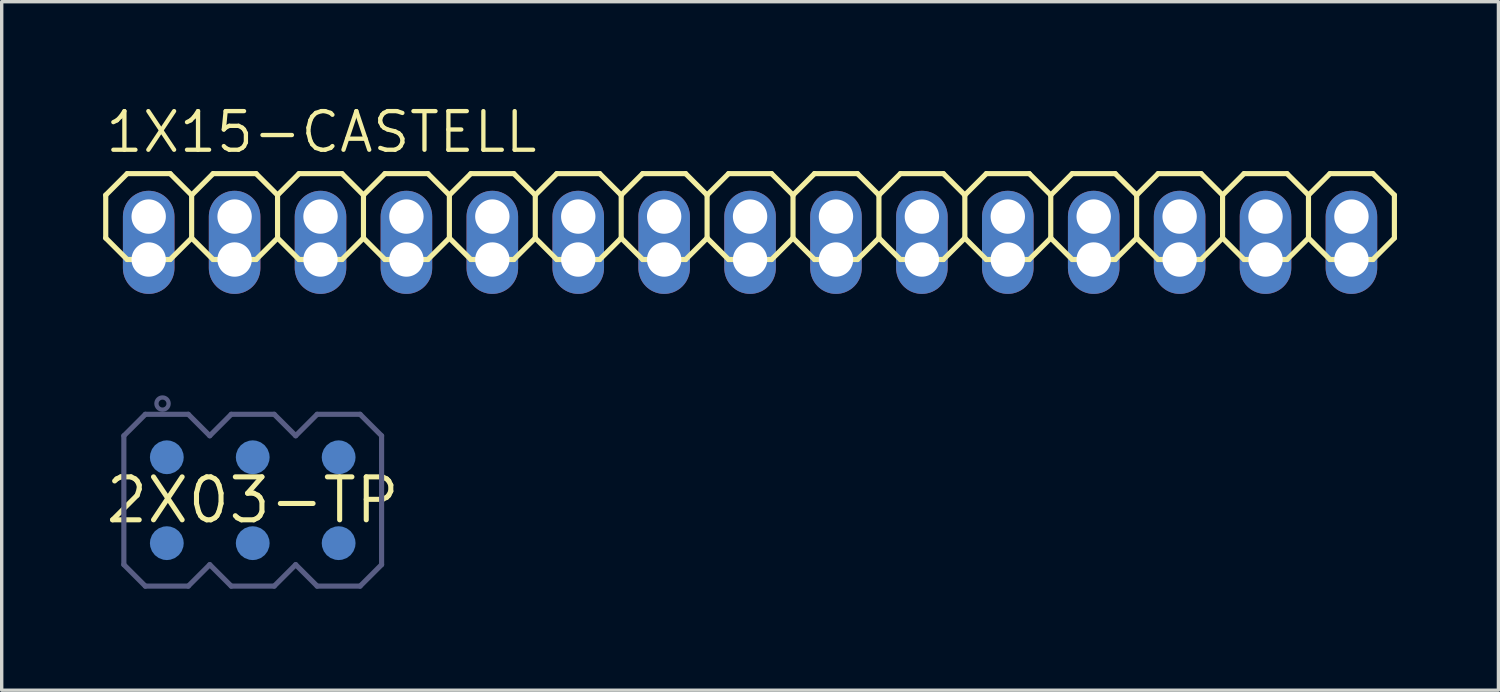
<source format=kicad_pcb>
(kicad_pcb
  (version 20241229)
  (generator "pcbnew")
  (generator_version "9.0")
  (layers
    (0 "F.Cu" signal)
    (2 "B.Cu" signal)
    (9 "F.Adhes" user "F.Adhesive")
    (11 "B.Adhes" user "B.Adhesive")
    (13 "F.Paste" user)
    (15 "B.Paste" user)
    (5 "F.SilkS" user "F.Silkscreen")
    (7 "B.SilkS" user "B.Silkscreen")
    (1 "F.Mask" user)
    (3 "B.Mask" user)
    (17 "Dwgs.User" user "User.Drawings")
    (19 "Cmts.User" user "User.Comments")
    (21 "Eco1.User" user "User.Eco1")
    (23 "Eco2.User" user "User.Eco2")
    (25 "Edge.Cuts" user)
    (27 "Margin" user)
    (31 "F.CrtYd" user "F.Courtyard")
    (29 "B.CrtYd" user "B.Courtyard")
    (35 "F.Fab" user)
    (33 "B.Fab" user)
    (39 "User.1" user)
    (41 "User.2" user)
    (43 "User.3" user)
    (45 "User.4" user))
  (footprint "1X15-CASTELL"
    (layer "F.Cu")
    (at 19.126 3.353)
    (property "Reference" "1X15-CASTELL" (at -19.126 -1.829 0) (layer "F.SilkS") (effects (font (size 1.143 1.143) (thickness 0.127)) (justify left bottom)))
    (fp_line (start -19.05 -0.635) (end -19.05 0.635) (stroke (width 0.152) (type solid)) (layer "F.SilkS"))
    (fp_line (start -19.05 0.635) (end -18.415 1.27) (stroke (width 0.152) (type solid)) (layer "F.SilkS"))
    (fp_line (start -18.415 -1.27) (end -19.05 -0.635) (stroke (width 0.152) (type solid)) (layer "F.SilkS"))
    (fp_line (start -18.415 -1.27) (end -17.145 -1.27) (stroke (width 0.152) (type solid)) (layer "F.SilkS"))
    (fp_line (start -17.145 -1.27) (end -16.51 -0.635) (stroke (width 0.152) (type solid)) (layer "F.SilkS"))
    (fp_line (start -17.145 1.27) (end -18.415 1.27) (stroke (width 0.152) (type solid)) (layer "F.SilkS"))
    (fp_line (start -16.51 -0.635) (end -16.51 0.635) (stroke (width 0.152) (type solid)) (layer "F.SilkS"))
    (fp_line (start -16.51 -0.635) (end -15.875 -1.27) (stroke (width 0.152) (type solid)) (layer "F.SilkS"))
    (fp_line (start -16.51 0.635) (end -17.145 1.27) (stroke (width 0.152) (type solid)) (layer "F.SilkS"))
    (fp_line (start -15.875 -1.27) (end -14.605 -1.27) (stroke (width 0.152) (type solid)) (layer "F.SilkS"))
    (fp_line (start -15.875 1.27) (end -16.51 0.635) (stroke (width 0.152) (type solid)) (layer "F.SilkS"))
    (fp_line (start -14.605 -1.27) (end -13.97 -0.635) (stroke (width 0.152) (type solid)) (layer "F.SilkS"))
    (fp_line (start -14.605 1.27) (end -15.875 1.27) (stroke (width 0.152) (type solid)) (layer "F.SilkS"))
    (fp_line (start -13.97 -0.635) (end -13.97 0.635) (stroke (width 0.152) (type solid)) (layer "F.SilkS"))
    (fp_line (start -13.97 -0.635) (end -13.335 -1.27) (stroke (width 0.152) (type solid)) (layer "F.SilkS"))
    (fp_line (start -13.97 0.635) (end -14.605 1.27) (stroke (width 0.152) (type solid)) (layer "F.SilkS"))
    (fp_line (start -13.335 -1.27) (end -12.065 -1.27) (stroke (width 0.152) (type solid)) (layer "F.SilkS"))
    (fp_line (start -13.335 1.27) (end -13.97 0.635) (stroke (width 0.152) (type solid)) (layer "F.SilkS"))
    (fp_line (start -12.065 -1.27) (end -11.43 -0.635) (stroke (width 0.152) (type solid)) (layer "F.SilkS"))
    (fp_line (start -12.065 1.27) (end -13.335 1.27) (stroke (width 0.152) (type solid)) (layer "F.SilkS"))
    (fp_line (start -11.43 -0.635) (end -11.43 0.635) (stroke (width 0.152) (type solid)) (layer "F.SilkS"))
    (fp_line (start -11.43 0.635) (end -12.065 1.27) (stroke (width 0.152) (type solid)) (layer "F.SilkS"))
    (fp_line (start -11.43 0.635) (end -10.795 1.27) (stroke (width 0.152) (type solid)) (layer "F.SilkS"))
    (fp_line (start -10.795 -1.27) (end -11.43 -0.635) (stroke (width 0.152) (type solid)) (layer "F.SilkS"))
    (fp_line (start -10.795 -1.27) (end -9.525 -1.27) (stroke (width 0.152) (type solid)) (layer "F.SilkS"))
    (fp_line (start -9.525 -1.27) (end -8.89 -0.635) (stroke (width 0.152) (type solid)) (layer "F.SilkS"))
    (fp_line (start -9.525 1.27) (end -10.795 1.27) (stroke (width 0.152) (type solid)) (layer "F.SilkS"))
    (fp_line (start -8.89 -0.635) (end -8.89 0.635) (stroke (width 0.152) (type solid)) (layer "F.SilkS"))
    (fp_line (start -8.89 -0.635) (end -8.255 -1.27) (stroke (width 0.152) (type solid)) (layer "F.SilkS"))
    (fp_line (start -8.89 0.635) (end -9.525 1.27) (stroke (width 0.152) (type solid)) (layer "F.SilkS"))
    (fp_line (start -8.255 -1.27) (end -6.985 -1.27) (stroke (width 0.152) (type solid)) (layer "F.SilkS"))
    (fp_line (start -8.255 1.27) (end -8.89 0.635) (stroke (width 0.152) (type solid)) (layer "F.SilkS"))
    (fp_line (start -6.985 -1.27) (end -6.35 -0.635) (stroke (width 0.152) (type solid)) (layer "F.SilkS"))
    (fp_line (start -6.985 1.27) (end -8.255 1.27) (stroke (width 0.152) (type solid)) (layer "F.SilkS"))
    (fp_line (start -6.35 -0.635) (end -6.35 0.635) (stroke (width 0.152) (type solid)) (layer "F.SilkS"))
    (fp_line (start -6.35 -0.635) (end -5.715 -1.27) (stroke (width 0.152) (type solid)) (layer "F.SilkS"))
    (fp_line (start -6.35 0.635) (end -6.985 1.27) (stroke (width 0.152) (type solid)) (layer "F.SilkS"))
    (fp_line (start -5.715 -1.27) (end -4.445 -1.27) (stroke (width 0.152) (type solid)) (layer "F.SilkS"))
    (fp_line (start -5.715 1.27) (end -6.35 0.635) (stroke (width 0.152) (type solid)) (layer "F.SilkS"))
    (fp_line (start -4.445 -1.27) (end -3.81 -0.635) (stroke (width 0.152) (type solid)) (layer "F.SilkS"))
    (fp_line (start -4.445 1.27) (end -5.715 1.27) (stroke (width 0.152) (type solid)) (layer "F.SilkS"))
    (fp_line (start -3.81 -0.635) (end -3.81 0.635) (stroke (width 0.152) (type solid)) (layer "F.SilkS"))
    (fp_line (start -3.81 0.635) (end -4.445 1.27) (stroke (width 0.152) (type solid)) (layer "F.SilkS"))
    (fp_line (start -3.81 0.635) (end -3.175 1.27) (stroke (width 0.152) (type solid)) (layer "F.SilkS"))
    (fp_line (start -3.175 -1.27) (end -3.81 -0.635) (stroke (width 0.152) (type solid)) (layer "F.SilkS"))
    (fp_line (start -3.175 -1.27) (end -1.905 -1.27) (stroke (width 0.152) (type solid)) (layer "F.SilkS"))
    (fp_line (start -1.905 -1.27) (end -1.27 -0.635) (stroke (width 0.152) (type solid)) (layer "F.SilkS"))
    (fp_line (start -1.905 1.27) (end -3.175 1.27) (stroke (width 0.152) (type solid)) (layer "F.SilkS"))
    (fp_line (start -1.27 -0.635) (end -1.27 0.635) (stroke (width 0.152) (type solid)) (layer "F.SilkS"))
    (fp_line (start -1.27 -0.635) (end -0.635 -1.27) (stroke (width 0.152) (type solid)) (layer "F.SilkS"))
    (fp_line (start -1.27 0.635) (end -1.905 1.27) (stroke (width 0.152) (type solid)) (layer "F.SilkS"))
    (fp_line (start -0.635 -1.27) (end 0.635 -1.27) (stroke (width 0.152) (type solid)) (layer "F.SilkS"))
    (fp_line (start -0.635 1.27) (end -1.27 0.635) (stroke (width 0.152) (type solid)) (layer "F.SilkS"))
    (fp_line (start 0.635 -1.27) (end 1.27 -0.635) (stroke (width 0.152) (type solid)) (layer "F.SilkS"))
    (fp_line (start 0.635 1.27) (end -0.635 1.27) (stroke (width 0.152) (type solid)) (layer "F.SilkS"))
    (fp_line (start 1.27 -0.635) (end 1.27 0.635) (stroke (width 0.152) (type solid)) (layer "F.SilkS"))
    (fp_line (start 1.27 -0.635) (end 1.905 -1.27) (stroke (width 0.152) (type solid)) (layer "F.SilkS"))
    (fp_line (start 1.27 0.635) (end 0.635 1.27) (stroke (width 0.152) (type solid)) (layer "F.SilkS"))
    (fp_line (start 1.905 -1.27) (end 3.175 -1.27) (stroke (width 0.152) (type solid)) (layer "F.SilkS"))
    (fp_line (start 1.905 1.27) (end 1.27 0.635) (stroke (width 0.152) (type solid)) (layer "F.SilkS"))
    (fp_line (start 3.175 -1.27) (end 3.81 -0.635) (stroke (width 0.152) (type solid)) (layer "F.SilkS"))
    (fp_line (start 3.175 1.27) (end 1.905 1.27) (stroke (width 0.152) (type solid)) (layer "F.SilkS"))
    (fp_line (start 3.81 -0.635) (end 3.81 0.635) (stroke (width 0.152) (type solid)) (layer "F.SilkS"))
    (fp_line (start 3.81 0.635) (end 3.175 1.27) (stroke (width 0.152) (type solid)) (layer "F.SilkS"))
    (fp_line (start 3.81 0.635) (end 4.445 1.27) (stroke (width 0.152) (type solid)) (layer "F.SilkS"))
    (fp_line (start 4.445 -1.27) (end 3.81 -0.635) (stroke (width 0.152) (type solid)) (layer "F.SilkS"))
    (fp_line (start 4.445 -1.27) (end 5.715 -1.27) (stroke (width 0.152) (type solid)) (layer "F.SilkS"))
    (fp_line (start 5.715 -1.27) (end 6.35 -0.635) (stroke (width 0.152) (type solid)) (layer "F.SilkS"))
    (fp_line (start 5.715 1.27) (end 4.445 1.27) (stroke (width 0.152) (type solid)) (layer "F.SilkS"))
    (fp_line (start 6.35 -0.635) (end 6.35 0.635) (stroke (width 0.152) (type solid)) (layer "F.SilkS"))
    (fp_line (start 6.35 -0.635) (end 6.985 -1.27) (stroke (width 0.152) (type solid)) (layer "F.SilkS"))
    (fp_line (start 6.35 0.635) (end 5.715 1.27) (stroke (width 0.152) (type solid)) (layer "F.SilkS"))
    (fp_line (start 6.985 -1.27) (end 8.255 -1.27) (stroke (width 0.152) (type solid)) (layer "F.SilkS"))
    (fp_line (start 6.985 1.27) (end 6.35 0.635) (stroke (width 0.152) (type solid)) (layer "F.SilkS"))
    (fp_line (start 8.255 -1.27) (end 8.89 -0.635) (stroke (width 0.152) (type solid)) (layer "F.SilkS"))
    (fp_line (start 8.255 1.27) (end 6.985 1.27) (stroke (width 0.152) (type solid)) (layer "F.SilkS"))
    (fp_line (start 8.89 -0.635) (end 8.89 0.635) (stroke (width 0.152) (type solid)) (layer "F.SilkS"))
    (fp_line (start 8.89 -0.635) (end 9.525 -1.27) (stroke (width 0.152) (type solid)) (layer "F.SilkS"))
    (fp_line (start 8.89 0.635) (end 8.255 1.27) (stroke (width 0.152) (type solid)) (layer "F.SilkS"))
    (fp_line (start 9.525 -1.27) (end 10.795 -1.27) (stroke (width 0.152) (type solid)) (layer "F.SilkS"))
    (fp_line (start 9.525 1.27) (end 8.89 0.635) (stroke (width 0.152) (type solid)) (layer "F.SilkS"))
    (fp_line (start 10.795 -1.27) (end 11.43 -0.635) (stroke (width 0.152) (type solid)) (layer "F.SilkS"))
    (fp_line (start 10.795 1.27) (end 9.525 1.27) (stroke (width 0.152) (type solid)) (layer "F.SilkS"))
    (fp_line (start 11.43 -0.635) (end 11.43 0.635) (stroke (width 0.152) (type solid)) (layer "F.SilkS"))
    (fp_line (start 11.43 0.635) (end 10.795 1.27) (stroke (width 0.152) (type solid)) (layer "F.SilkS"))
    (fp_line (start 11.43 0.635) (end 12.065 1.27) (stroke (width 0.152) (type solid)) (layer "F.SilkS"))
    (fp_line (start 12.065 -1.27) (end 11.43 -0.635) (stroke (width 0.152) (type solid)) (layer "F.SilkS"))
    (fp_line (start 12.065 -1.27) (end 13.335 -1.27) (stroke (width 0.152) (type solid)) (layer "F.SilkS"))
    (fp_line (start 13.335 -1.27) (end 13.97 -0.635) (stroke (width 0.152) (type solid)) (layer "F.SilkS"))
    (fp_line (start 13.335 1.27) (end 12.065 1.27) (stroke (width 0.152) (type solid)) (layer "F.SilkS"))
    (fp_line (start 13.97 -0.635) (end 13.97 0.635) (stroke (width 0.152) (type solid)) (layer "F.SilkS"))
    (fp_line (start 13.97 -0.635) (end 14.605 -1.27) (stroke (width 0.152) (type solid)) (layer "F.SilkS"))
    (fp_line (start 13.97 0.635) (end 13.335 1.27) (stroke (width 0.152) (type solid)) (layer "F.SilkS"))
    (fp_line (start 14.605 -1.27) (end 15.875 -1.27) (stroke (width 0.152) (type solid)) (layer "F.SilkS"))
    (fp_line (start 14.605 1.27) (end 13.97 0.635) (stroke (width 0.152) (type solid)) (layer "F.SilkS"))
    (fp_line (start 15.875 -1.27) (end 16.51 -0.635) (stroke (width 0.152) (type solid)) (layer "F.SilkS"))
    (fp_line (start 15.875 1.27) (end 14.605 1.27) (stroke (width 0.152) (type solid)) (layer "F.SilkS"))
    (fp_line (start 16.51 -0.635) (end 16.51 0.635) (stroke (width 0.152) (type solid)) (layer "F.SilkS"))
    (fp_line (start 16.51 -0.635) (end 17.145 -1.27) (stroke (width 0.152) (type solid)) (layer "F.SilkS"))
    (fp_line (start 16.51 0.635) (end 15.875 1.27) (stroke (width 0.152) (type solid)) (layer "F.SilkS"))
    (fp_line (start 17.145 -1.27) (end 18.415 -1.27) (stroke (width 0.152) (type solid)) (layer "F.SilkS"))
    (fp_line (start 17.145 1.27) (end 16.51 0.635) (stroke (width 0.152) (type solid)) (layer "F.SilkS"))
    (fp_line (start 18.415 -1.27) (end 19.05 -0.635) (stroke (width 0.152) (type solid)) (layer "F.SilkS"))
    (fp_line (start 18.415 1.27) (end 17.145 1.27) (stroke (width 0.152) (type solid)) (layer "F.SilkS"))
    (fp_line (start 19.05 -0.635) (end 19.05 0.635) (stroke (width 0.152) (type solid)) (layer "F.SilkS"))
    (fp_line (start 19.05 0.635) (end 18.415 1.27) (stroke (width 0.152) (type solid)) (layer "F.SilkS"))
    (fp_poly (pts (xy -18.034 0.254) (xy -17.526 0.254) (xy -17.526 -0.254) (xy -18.034 -0.254)) (stroke (width 0.1) (type default)) (fill no) (layer "F.Fab"))
    (fp_poly (pts (xy -15.494 0.254) (xy -14.986 0.254) (xy -14.986 -0.254) (xy -15.494 -0.254)) (stroke (width 0.1) (type default)) (fill no) (layer "F.Fab"))
    (fp_poly (pts (xy -12.954 0.254) (xy -12.446 0.254) (xy -12.446 -0.254) (xy -12.954 -0.254)) (stroke (width 0.1) (type default)) (fill no) (layer "F.Fab"))
    (fp_poly (pts (xy -10.414 0.254) (xy -9.906 0.254) (xy -9.906 -0.254) (xy -10.414 -0.254)) (stroke (width 0.1) (type default)) (fill no) (layer "F.Fab"))
    (fp_poly (pts (xy -7.874 0.254) (xy -7.366 0.254) (xy -7.366 -0.254) (xy -7.874 -0.254)) (stroke (width 0.1) (type default)) (fill no) (layer "F.Fab"))
    (fp_poly (pts (xy -5.334 0.254) (xy -4.826 0.254) (xy -4.826 -0.254) (xy -5.334 -0.254)) (stroke (width 0.1) (type default)) (fill no) (layer "F.Fab"))
    (fp_poly (pts (xy -2.794 0.254) (xy -2.286 0.254) (xy -2.286 -0.254) (xy -2.794 -0.254)) (stroke (width 0.1) (type default)) (fill no) (layer "F.Fab"))
    (fp_poly (pts (xy -0.254 0.254) (xy 0.254 0.254) (xy 0.254 -0.254) (xy -0.254 -0.254)) (stroke (width 0.1) (type default)) (fill no) (layer "F.Fab"))
    (fp_poly (pts (xy 2.286 0.254) (xy 2.794 0.254) (xy 2.794 -0.254) (xy 2.286 -0.254)) (stroke (width 0.1) (type default)) (fill no) (layer "F.Fab"))
    (fp_poly (pts (xy 4.826 0.254) (xy 5.334 0.254) (xy 5.334 -0.254) (xy 4.826 -0.254)) (stroke (width 0.1) (type default)) (fill no) (layer "F.Fab"))
    (fp_poly (pts (xy 7.366 0.254) (xy 7.874 0.254) (xy 7.874 -0.254) (xy 7.366 -0.254)) (stroke (width 0.1) (type default)) (fill no) (layer "F.Fab"))
    (fp_poly (pts (xy 9.906 0.254) (xy 10.414 0.254) (xy 10.414 -0.254) (xy 9.906 -0.254)) (stroke (width 0.1) (type default)) (fill no) (layer "F.Fab"))
    (fp_poly (pts (xy 12.446 0.254) (xy 12.954 0.254) (xy 12.954 -0.254) (xy 12.446 -0.254)) (stroke (width 0.1) (type default)) (fill no) (layer "F.Fab"))
    (fp_poly (pts (xy 14.986 0.254) (xy 15.494 0.254) (xy 15.494 -0.254) (xy 14.986 -0.254)) (stroke (width 0.1) (type default)) (fill no) (layer "F.Fab"))
    (fp_poly (pts (xy 17.526 0.254) (xy 18.034 0.254) (xy 18.034 -0.254) (xy 17.526 -0.254)) (stroke (width 0.1) (type default)) (fill no) (layer "F.Fab"))
    (pad "" np_thru_hole circle (at -17.78 1.27) (size 1.016 1.016) (drill 1.016) (layers "*.Cu" "*.Mask"))
    (pad "" np_thru_hole circle (at -15.24 1.27) (size 1.016 1.016) (drill 1.016) (layers "*.Cu" "*.Mask"))
    (pad "" np_thru_hole circle (at -12.7 1.27) (size 1.016 1.016) (drill 1.016) (layers "*.Cu" "*.Mask"))
    (pad "" np_thru_hole circle (at -10.16 1.27) (size 1.016 1.016) (drill 1.016) (layers "*.Cu" "*.Mask"))
    (pad "" np_thru_hole circle (at -7.62 1.27) (size 1.016 1.016) (drill 1.016) (layers "*.Cu" "*.Mask"))
    (pad "" np_thru_hole circle (at -5.08 1.27) (size 1.016 1.016) (drill 1.016) (layers "*.Cu" "*.Mask"))
    (pad "" np_thru_hole circle (at -2.54 1.27) (size 1.016 1.016) (drill 1.016) (layers "*.Cu" "*.Mask"))
    (pad "" np_thru_hole circle (at 0 1.27) (size 1.016 1.016) (drill 1.016) (layers "*.Cu" "*.Mask"))
    (pad "" np_thru_hole circle (at 2.54 1.27) (size 1.016 1.016) (drill 1.016) (layers "*.Cu" "*.Mask"))
    (pad "" np_thru_hole circle (at 5.08 1.27) (size 1.016 1.016) (drill 1.016) (layers "*.Cu" "*.Mask"))
    (pad "" np_thru_hole circle (at 7.62 1.27) (size 1.016 1.016) (drill 1.016) (layers "*.Cu" "*.Mask"))
    (pad "" np_thru_hole circle (at 10.16 1.27) (size 1.016 1.016) (drill 1.016) (layers "*.Cu" "*.Mask"))
    (pad "" np_thru_hole circle (at 12.7 1.27) (size 1.016 1.016) (drill 1.016) (layers "*.Cu" "*.Mask"))
    (pad "" np_thru_hole circle (at 15.24 1.27) (size 1.016 1.016) (drill 1.016) (layers "*.Cu" "*.Mask"))
    (pad "" np_thru_hole circle (at 17.78 1.27) (size 1.016 1.016) (drill 1.016) (layers "*.Cu" "*.Mask"))
    (pad "1" thru_hole oval (at -17.78 0 270) (size 3.048 1.524) (drill 1.016 (offset 0.762 0)) (layers "*.Cu" "*.Mask"))
    (pad "2" thru_hole oval (at -15.24 0 270) (size 3.048 1.524) (drill 1.016 (offset 0.762 0)) (layers "*.Cu" "*.Mask"))
    (pad "3" thru_hole oval (at -12.7 0 270) (size 3.048 1.524) (drill 1.016 (offset 0.762 0)) (layers "*.Cu" "*.Mask"))
    (pad "4" thru_hole oval (at -10.16 0 270) (size 3.048 1.524) (drill 1.016 (offset 0.762 0)) (layers "*.Cu" "*.Mask"))
    (pad "5" thru_hole oval (at -7.62 0 270) (size 3.048 1.524) (drill 1.016 (offset 0.762 0)) (layers "*.Cu" "*.Mask"))
    (pad "6" thru_hole oval (at -5.08 0 270) (size 3.048 1.524) (drill 1.016 (offset 0.762 0)) (layers "*.Cu" "*.Mask"))
    (pad "7" thru_hole oval (at -2.54 0 270) (size 3.048 1.524) (drill 1.016 (offset 0.762 0)) (layers "*.Cu" "*.Mask"))
    (pad "8" thru_hole oval (at 0 0 270) (size 3.048 1.524) (drill 1.016 (offset 0.762 0)) (layers "*.Cu" "*.Mask"))
    (pad "9" thru_hole oval (at 2.54 0 270) (size 3.048 1.524) (drill 1.016 (offset 0.762 0)) (layers "*.Cu" "*.Mask"))
    (pad "10" thru_hole oval (at 5.08 0 270) (size 3.048 1.524) (drill 1.016 (offset 0.762 0)) (layers "*.Cu" "*.Mask"))
    (pad "11" thru_hole oval (at 7.62 0 270) (size 3.048 1.524) (drill 1.016 (offset 0.762 0)) (layers "*.Cu" "*.Mask"))
    (pad "12" thru_hole oval (at 10.16 0 270) (size 3.048 1.524) (drill 1.016 (offset 0.762 0)) (layers "*.Cu" "*.Mask"))
    (pad "13" thru_hole oval (at 12.7 0 270) (size 3.048 1.524) (drill 1.016 (offset 0.762 0)) (layers "*.Cu" "*.Mask"))
    (pad "14" thru_hole oval (at 15.24 0 270) (size 3.048 1.524) (drill 1.016 (offset 0.762 0)) (layers "*.Cu" "*.Mask"))
    (pad "15" thru_hole oval (at 17.78 0 270) (size 3.048 1.524) (drill 1.016 (offset 0.762 0)) (layers "*.Cu" "*.Mask")))
  (footprint "2X03-TP"
    (layer "F.Cu")
    (at 4.422 11.739)
    (property "Reference" "2X03-TP" (at 0 0 0) (layer "F.SilkS") (effects (font (size 1.27 1.27) (thickness 0.15))))
    (fp_line (start -3.81 1.905) (end -3.81 -1.905) (stroke (width 0.152) (type solid)) (layer "B.Fab"))
    (fp_line (start -3.175 -2.54) (end -3.81 -1.905) (stroke (width 0.152) (type solid)) (layer "B.Fab"))
    (fp_line (start -3.175 2.54) (end -3.81 1.905) (stroke (width 0.152) (type solid)) (layer "B.Fab"))
    (fp_line (start -1.905 -2.54) (end -3.175 -2.54) (stroke (width 0.152) (type solid)) (layer "B.Fab"))
    (fp_line (start -1.905 2.54) (end -3.175 2.54) (stroke (width 0.152) (type solid)) (layer "B.Fab"))
    (fp_line (start -1.27 -1.905) (end -1.905 -2.54) (stroke (width 0.152) (type solid)) (layer "B.Fab"))
    (fp_line (start -1.27 1.905) (end -1.905 2.54) (stroke (width 0.152) (type solid)) (layer "B.Fab"))
    (fp_line (start -0.635 -2.54) (end -1.27 -1.905) (stroke (width 0.152) (type solid)) (layer "B.Fab"))
    (fp_line (start -0.635 2.54) (end -1.27 1.905) (stroke (width 0.152) (type solid)) (layer "B.Fab"))
    (fp_line (start 0.635 -2.54) (end -0.635 -2.54) (stroke (width 0.152) (type solid)) (layer "B.Fab"))
    (fp_line (start 0.635 2.54) (end -0.635 2.54) (stroke (width 0.152) (type solid)) (layer "B.Fab"))
    (fp_line (start 1.27 -1.905) (end 0.635 -2.54) (stroke (width 0.152) (type solid)) (layer "B.Fab"))
    (fp_line (start 1.27 1.905) (end 0.635 2.54) (stroke (width 0.152) (type solid)) (layer "B.Fab"))
    (fp_line (start 1.905 -2.54) (end 1.27 -1.905) (stroke (width 0.152) (type solid)) (layer "B.Fab"))
    (fp_line (start 1.905 2.54) (end 1.27 1.905) (stroke (width 0.152) (type solid)) (layer "B.Fab"))
    (fp_line (start 3.175 -2.54) (end 1.905 -2.54) (stroke (width 0.152) (type solid)) (layer "B.Fab"))
    (fp_line (start 3.175 2.54) (end 1.905 2.54) (stroke (width 0.152) (type solid)) (layer "B.Fab"))
    (fp_line (start 3.81 -1.905) (end 3.175 -2.54) (stroke (width 0.152) (type solid)) (layer "B.Fab"))
    (fp_line (start 3.81 -1.905) (end 3.81 1.905) (stroke (width 0.152) (type solid)) (layer "B.Fab"))
    (fp_line (start 3.81 1.905) (end 3.175 2.54) (stroke (width 0.152) (type solid)) (layer "B.Fab"))
    (fp_circle (center -2.667 -2.857) (end -2.487 -2.857) (stroke (width 0.127) (type solid)) (fill no) (layer "B.Fab"))
    (pad "1" smd roundrect (at -2.54 -1.27) (size 1 1) (layers "B.Cu" "B.Mask") (roundrect_rratio 0.5))
    (pad "2" smd roundrect (at -2.54 1.27) (size 1 1) (layers "B.Cu" "B.Mask") (roundrect_rratio 0.5))
    (pad "3" smd roundrect (at 0 -1.27) (size 1 1) (layers "B.Cu" "B.Mask") (roundrect_rratio 0.5))
    (pad "4" smd roundrect (at 0 1.27) (size 1 1) (layers "B.Cu" "B.Mask") (roundrect_rratio 0.5))
    (pad "5" smd roundrect (at 2.54 -1.27) (size 1 1) (layers "B.Cu" "B.Mask") (roundrect_rratio 0.5))
    (pad "6" smd roundrect (at 2.54 1.27) (size 1 1) (layers "B.Cu" "B.Mask") (roundrect_rratio 0.5)))
  (gr_rect
    (start -3 -3)
    (end 41.252 17.356)
    (stroke (width 0.1) (type default))
    (fill no)
    (layer "Edge.Cuts")))
</source>
